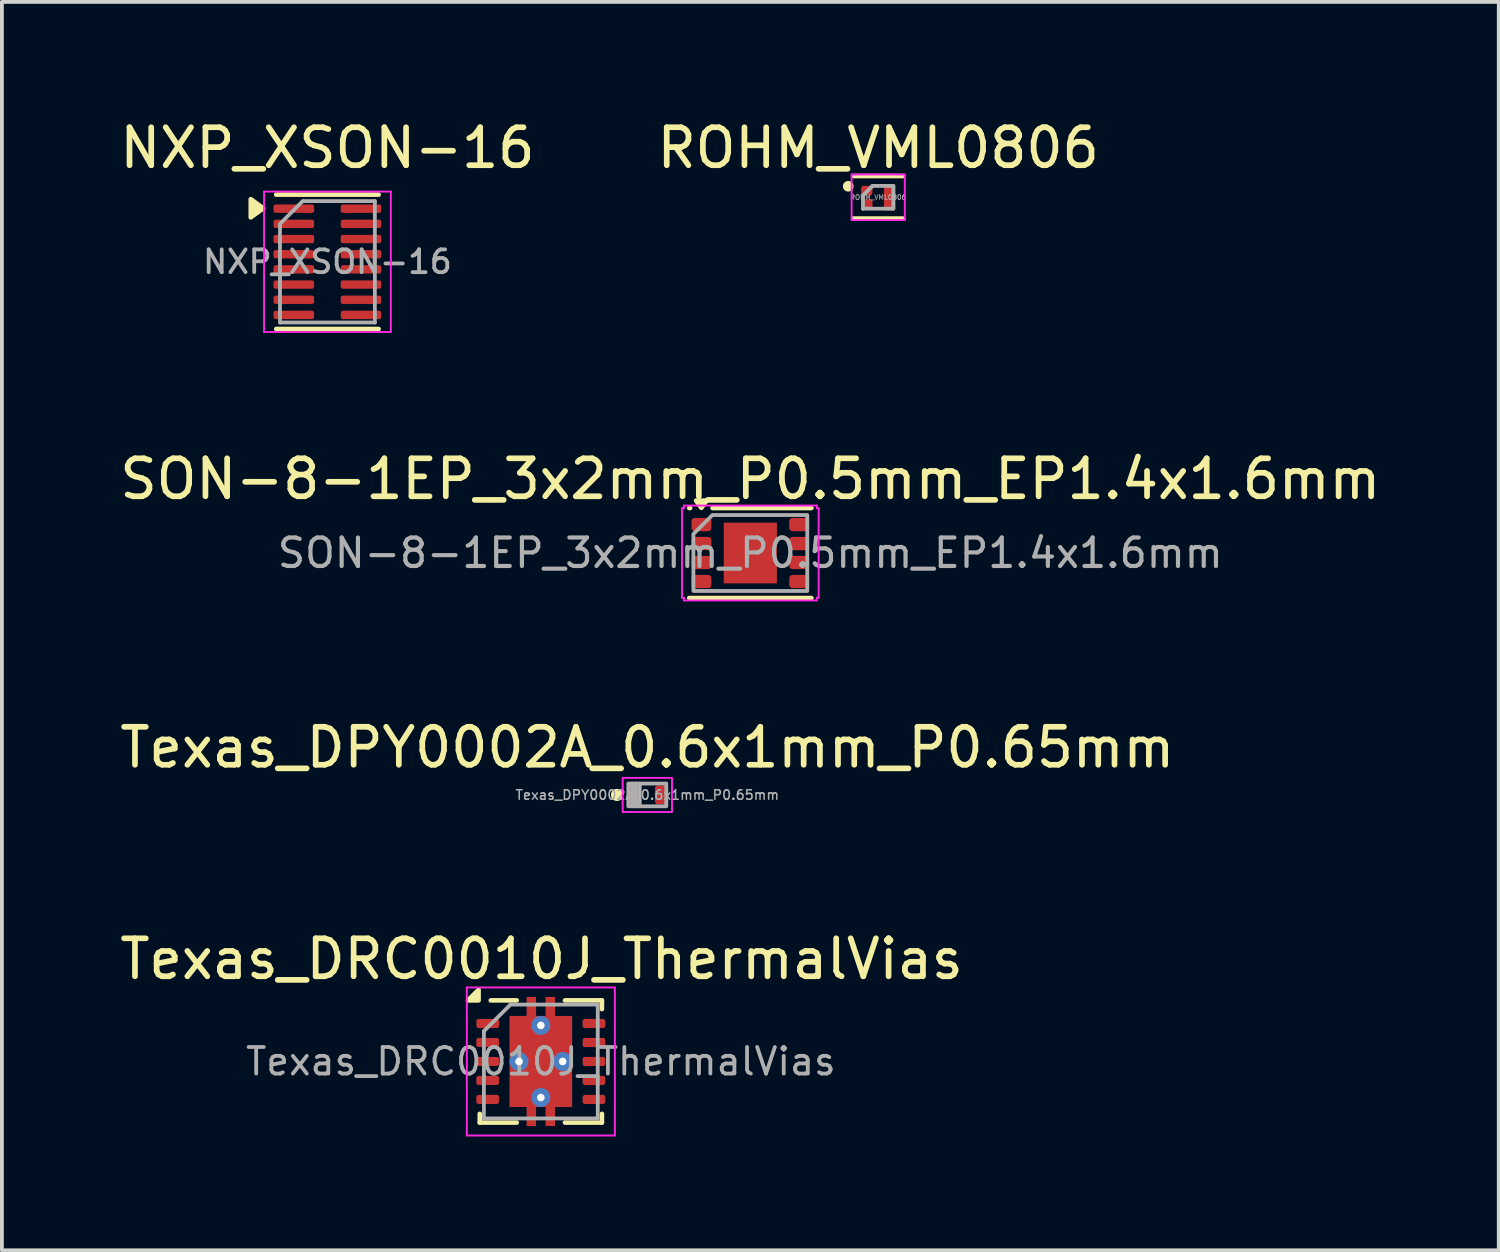
<source format=kicad_pcb>
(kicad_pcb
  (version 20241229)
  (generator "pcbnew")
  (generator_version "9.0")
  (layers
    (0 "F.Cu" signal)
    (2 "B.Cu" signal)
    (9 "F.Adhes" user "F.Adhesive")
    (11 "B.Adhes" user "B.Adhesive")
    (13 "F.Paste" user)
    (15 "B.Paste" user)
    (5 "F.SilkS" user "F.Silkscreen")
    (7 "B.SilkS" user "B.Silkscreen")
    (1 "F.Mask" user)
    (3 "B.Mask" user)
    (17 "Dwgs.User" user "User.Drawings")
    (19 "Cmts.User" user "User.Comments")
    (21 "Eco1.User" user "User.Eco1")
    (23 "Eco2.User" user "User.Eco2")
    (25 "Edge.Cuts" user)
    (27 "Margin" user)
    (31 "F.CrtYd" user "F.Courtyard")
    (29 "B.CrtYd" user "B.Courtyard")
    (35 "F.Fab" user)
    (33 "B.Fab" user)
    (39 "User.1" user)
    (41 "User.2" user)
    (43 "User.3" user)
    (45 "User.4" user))
  (footprint "Texas_DPY0002A_0.6x1mm_P0.65mm"
    (layer "F.Cu")
    (at 14.006 17.895)
    (property "Reference" "Texas_DPY0002A_0.6x1mm_P0.65mm" (at 0 -1.25 0) (unlocked yes) (layer "F.SilkS") (effects (font (size 1 1) (thickness 0.15))))
    (attr smd)
    (fp_circle (center -0.8 0) (end -0.69 0) (stroke (width 0.1) (type solid)) (fill yes) (layer "F.SilkS"))
    (fp_rect (start -0.65 -0.45) (end 0.65 0.45) (stroke (width 0.05) (type solid)) (fill no) (layer "F.CrtYd"))
    (fp_line (start -0.4 0.3) (end -0.4 -0.3) (stroke (width 0.1) (type solid)) (layer "F.Fab"))
    (fp_line (start -0.3 0.3) (end -0.3 -0.3) (stroke (width 0.1) (type solid)) (layer "F.Fab"))
    (fp_line (start -0.2 0.3) (end -0.2 -0.3) (stroke (width 0.1) (type solid)) (layer "F.Fab"))
    (fp_rect (start -0.5 -0.3) (end 0.5 0.3) (stroke (width 0.1) (type solid)) (fill no) (layer "F.Fab"))
    (fp_text user "${REFERENCE}" (at 0 0 0) (layer "F.Fab") (effects (font (size 0.25 0.25) (thickness 0.04))))
    (pad "1" smd roundrect (at -0.35 0) (size 0.3 0.5) (layers "F.Cu" "F.Mask" "F.Paste") (roundrect_rratio 0.25))
    (pad "2" smd roundrect (at 0.35 0) (size 0.3 0.5) (layers "F.Cu" "F.Mask" "F.Paste") (roundrect_rratio 0.25)))
  (footprint "Texas_DRC0010J_ThermalVias"
    (layer "F.Cu")
    (at 11.2 24.918)
    (property "Reference" "Texas_DRC0010J_ThermalVias" (at 0.02 -2.7 0) (layer "F.SilkS") (effects (font (size 1 1) (thickness 0.15))))
    (attr smd)
    (fp_line (start -1.61 1.38) (end -1.61 1.61) (stroke (width 0.12) (type solid)) (layer "F.SilkS"))
    (fp_line (start -1.61 1.61) (end -0.635 1.61) (stroke (width 0.12) (type solid)) (layer "F.SilkS"))
    (fp_line (start -1.32 -1.61) (end -0.635 -1.61) (stroke (width 0.12) (type solid)) (layer "F.SilkS"))
    (fp_line (start 0.635 -1.61) (end 1.61 -1.61) (stroke (width 0.12) (type solid)) (layer "F.SilkS"))
    (fp_line (start 0.635 1.61) (end 1.61 1.61) (stroke (width 0.12) (type solid)) (layer "F.SilkS"))
    (fp_line (start 1.61 -1.61) (end 1.61 -1.38) (stroke (width 0.12) (type solid)) (layer "F.SilkS"))
    (fp_line (start 1.61 1.38) (end 1.61 1.61) (stroke (width 0.12) (type solid)) (layer "F.SilkS"))
    (fp_poly (pts (xy -1.64 -1.61) (xy -1.92 -1.61) (xy -1.64 -1.89) (xy -1.64 -1.61)) (stroke (width 0.12) (type solid)) (fill yes) (layer "F.SilkS"))
    (fp_line (start -1.95 -1.95) (end -1.95 1.95) (stroke (width 0.05) (type solid)) (layer "F.CrtYd"))
    (fp_line (start -1.95 -1.95) (end 1.95 -1.95) (stroke (width 0.05) (type solid)) (layer "F.CrtYd"))
    (fp_line (start -1.95 1.95) (end 1.95 1.95) (stroke (width 0.05) (type solid)) (layer "F.CrtYd"))
    (fp_line (start 1.95 -1.95) (end 1.95 1.95) (stroke (width 0.05) (type solid)) (layer "F.CrtYd"))
    (fp_line (start -1.5 -0.8) (end -1.5 1.5) (stroke (width 0.1) (type solid)) (layer "F.Fab"))
    (fp_line (start -1.5 -0.8) (end -0.8 -1.5) (stroke (width 0.1) (type solid)) (layer "F.Fab"))
    (fp_line (start -1.5 1.5) (end 1.5 1.5) (stroke (width 0.1) (type solid)) (layer "F.Fab"))
    (fp_line (start -0.8 -1.5) (end 1.5 -1.5) (stroke (width 0.1) (type solid)) (layer "F.Fab"))
    (fp_line (start 1.5 -1.5) (end 1.5 1.5) (stroke (width 0.1) (type solid)) (layer "F.Fab"))
    (fp_text user "${REFERENCE}" (at 0 0 0) (layer "F.Fab") (effects (font (size 0.7 0.7) (thickness 0.1))))
    (pad "" smd roundrect (at -0.25 -1.53) (size 0.25 0.34) (layers "F.Paste") (roundrect_rratio 0.1))
    (pad "" smd roundrect (at -0.25 1.53) (size 0.25 0.34) (layers "F.Paste") (roundrect_rratio 0.1))
    (pad "" smd roundrect (at 0 -0.63) (size 1.5 1.06) (layers "F.Paste") (roundrect_rratio 0.1))
    (pad "" smd roundrect (at 0 0.63) (size 1.5 1.06) (layers "F.Paste") (roundrect_rratio 0.1))
    (pad "" smd roundrect (at 0.25 -1.53) (size 0.25 0.34) (layers "F.Paste") (roundrect_rratio 0.1))
    (pad "" smd roundrect (at 0.25 1.53) (size 0.25 0.34) (layers "F.Paste") (roundrect_rratio 0.1))
    (pad "1" smd roundrect (at -1.4 -1) (size 0.6 0.24) (layers "F.Cu" "F.Mask" "F.Paste") (roundrect_rratio 0.25))
    (pad "2" smd roundrect (at -1.4 -0.5) (size 0.6 0.24) (layers "F.Cu" "F.Mask" "F.Paste") (roundrect_rratio 0.25))
    (pad "3" smd roundrect (at -1.4 0) (size 0.6 0.24) (layers "F.Cu" "F.Mask" "F.Paste") (roundrect_rratio 0.25))
    (pad "4" smd roundrect (at -1.4 0.5) (size 0.6 0.24) (layers "F.Cu" "F.Mask" "F.Paste") (roundrect_rratio 0.25))
    (pad "5" smd roundrect (at -1.4 1) (size 0.6 0.24) (layers "F.Cu" "F.Mask" "F.Paste") (roundrect_rratio 0.25))
    (pad "6" smd roundrect (at 1.4 1) (size 0.6 0.24) (layers "F.Cu" "F.Mask" "F.Paste") (roundrect_rratio 0.25))
    (pad "7" smd roundrect (at 1.4 0.5) (size 0.6 0.24) (layers "F.Cu" "F.Mask" "F.Paste") (roundrect_rratio 0.25))
    (pad "8" smd roundrect (at 1.4 0) (size 0.6 0.24) (layers "F.Cu" "F.Mask" "F.Paste") (roundrect_rratio 0.25))
    (pad "9" smd roundrect (at 1.4 -0.5) (size 0.6 0.24) (layers "F.Cu" "F.Mask" "F.Paste") (roundrect_rratio 0.25))
    (pad "10" smd roundrect (at 1.4 -1) (size 0.6 0.24) (layers "F.Cu" "F.Mask" "F.Paste") (roundrect_rratio 0.25))
    (pad "11" thru_hole circle (at -0.575 0) (size 0.5 0.5) (drill 0.2) (layers "*.Cu"))
    (pad "11" thru_hole circle (at 0 -0.95) (size 0.5 0.5) (drill 0.2) (layers "*.Cu"))
    (pad "11" smd custom (at 0 0) (size 1.65 2.4) (layers "F.Cu" "F.Mask") (options (anchor rect)) (primitives (gr_poly (pts (xy -0.125 -1.1) (xy 0.125 -1.1) (xy 0.125 -1.7) (xy 0.375 -1.7) (xy 0.375 1.7) (xy 0.125 1.7) (xy 0.125 1.1) (xy -0.125 1.1) (xy -0.125 1.7) (xy -0.375 1.7) (xy -0.375 -1.7) (xy -0.125 -1.7)) (width 0) (fill yes))))
    (pad "11" thru_hole circle (at 0 0.95) (size 0.5 0.5) (drill 0.2) (layers "*.Cu"))
    (pad "11" thru_hole circle (at 0.575 0) (size 0.5 0.5) (drill 0.2) (layers "*.Cu")))
  (footprint "SON-8-1EP_3x2mm_P0.5mm_EP1.4x1.6mm"
    (layer "F.Cu")
    (at 16.72 11.521)
    (property "Reference" "SON-8-1EP_3x2mm_P0.5mm_EP1.4x1.6mm" (at 0 -1.95 0) (layer "F.SilkS") (effects (font (size 1 1) (thickness 0.15))))
    (attr smd)
    (fp_line (start -1.61 -1.185) (end -1.584 -1.185) (stroke (width 0.12) (type solid)) (layer "F.SilkS"))
    (fp_line (start -0.996 -1.185) (end 1.61 -1.185) (stroke (width 0.12) (type solid)) (layer "F.SilkS"))
    (fp_line (start 1.61 1.185) (end -1.61 1.185) (stroke (width 0.12) (type solid)) (layer "F.SilkS"))
    (fp_poly (pts (xy -1.29 -1.19) (xy -1.43 -1.38) (xy -1.15 -1.38)) (stroke (width 0.12) (type solid)) (fill yes) (layer "F.SilkS"))
    (fp_line (start -1.8 -1.18) (end -1.75 -1.18) (stroke (width 0.05) (type solid)) (layer "F.CrtYd"))
    (fp_line (start -1.8 1.18) (end -1.8 -1.18) (stroke (width 0.05) (type solid)) (layer "F.CrtYd"))
    (fp_line (start -1.75 -1.25) (end 1.75 -1.25) (stroke (width 0.05) (type solid)) (layer "F.CrtYd"))
    (fp_line (start -1.75 -1.18) (end -1.75 -1.25) (stroke (width 0.05) (type solid)) (layer "F.CrtYd"))
    (fp_line (start -1.75 1.18) (end -1.8 1.18) (stroke (width 0.05) (type solid)) (layer "F.CrtYd"))
    (fp_line (start -1.75 1.25) (end -1.75 1.18) (stroke (width 0.05) (type solid)) (layer "F.CrtYd"))
    (fp_line (start 1.75 -1.25) (end 1.75 -1.18) (stroke (width 0.05) (type solid)) (layer "F.CrtYd"))
    (fp_line (start 1.75 -1.18) (end 1.8 -1.18) (stroke (width 0.05) (type solid)) (layer "F.CrtYd"))
    (fp_line (start 1.75 1.18) (end 1.75 1.25) (stroke (width 0.05) (type solid)) (layer "F.CrtYd"))
    (fp_line (start 1.75 1.25) (end -1.75 1.25) (stroke (width 0.05) (type solid)) (layer "F.CrtYd"))
    (fp_line (start 1.8 -1.18) (end 1.8 1.18) (stroke (width 0.05) (type solid)) (layer "F.CrtYd"))
    (fp_line (start 1.8 1.18) (end 1.75 1.18) (stroke (width 0.05) (type solid)) (layer "F.CrtYd"))
    (fp_poly (pts (xy -1.5 -0.5) (xy -1.5 1) (xy 1.5 1) (xy 1.5 -1) (xy -1 -1)) (stroke (width 0.1) (type solid)) (fill no) (layer "F.Fab"))
    (fp_text user "${REFERENCE}" (at 0 0 0) (layer "F.Fab") (effects (font (size 0.75 0.75) (thickness 0.11))))
    (pad "" smd roundrect (at -0.35 -0.4) (size 0.56 0.64) (layers "F.Paste") (roundrect_rratio 0.25))
    (pad "" smd roundrect (at -0.35 0.4) (size 0.56 0.64) (layers "F.Paste") (roundrect_rratio 0.25))
    (pad "" smd roundrect (at 0.35 -0.4) (size 0.56 0.64) (layers "F.Paste") (roundrect_rratio 0.25))
    (pad "" smd roundrect (at 0.35 0.4) (size 0.56 0.64) (layers "F.Paste") (roundrect_rratio 0.25))
    (pad "1" smd roundrect (at -1.288 -0.75) (size 0.525 0.35) (layers "F.Cu" "F.Mask" "F.Paste") (roundrect_rratio 0.25))
    (pad "2" smd roundrect (at -1.288 -0.25) (size 0.525 0.35) (layers "F.Cu" "F.Mask" "F.Paste") (roundrect_rratio 0.25))
    (pad "3" smd roundrect (at -1.288 0.25) (size 0.525 0.35) (layers "F.Cu" "F.Mask" "F.Paste") (roundrect_rratio 0.25))
    (pad "4" smd roundrect (at -1.288 0.75) (size 0.525 0.35) (layers "F.Cu" "F.Mask" "F.Paste") (roundrect_rratio 0.25))
    (pad "5" smd roundrect (at 1.288 0.75) (size 0.525 0.35) (layers "F.Cu" "F.Mask" "F.Paste") (roundrect_rratio 0.25))
    (pad "6" smd roundrect (at 1.288 0.25) (size 0.525 0.35) (layers "F.Cu" "F.Mask" "F.Paste") (roundrect_rratio 0.25))
    (pad "7" smd roundrect (at 1.288 -0.25) (size 0.525 0.35) (layers "F.Cu" "F.Mask" "F.Paste") (roundrect_rratio 0.25))
    (pad "8" smd roundrect (at 1.288 -0.75) (size 0.525 0.35) (layers "F.Cu" "F.Mask" "F.Paste") (roundrect_rratio 0.25))
    (pad "9" smd rect (at 0 0) (size 1.4 1.6) (property pad_prop_heatsink) (layers "F.Cu" "F.Mask")))
  (footprint "NXP_XSON-16"
    (layer "F.Cu")
    (at 5.577 3.848)
    (property "Reference" "NXP_XSON-16" (at 0 -3 0) (layer "F.SilkS") (effects (font (size 1 1) (thickness 0.15))))
    (attr smd)
    (fp_line (start -1.35 -1.77) (end 1.35 -1.77) (stroke (width 0.12) (type solid)) (layer "F.SilkS"))
    (fp_line (start 1.35 1.77) (end -1.35 1.77) (stroke (width 0.12) (type solid)) (layer "F.SilkS"))
    (fp_poly (pts (xy -1.69 -1.41) (xy -2.02 -1.17) (xy -2.02 -1.65) (xy -1.69 -1.41)) (stroke (width 0.12) (type solid)) (fill yes) (layer "F.SilkS"))
    (fp_line (start -1.67 -1.85) (end -1.67 1.85) (stroke (width 0.05) (type solid)) (layer "F.CrtYd"))
    (fp_line (start -1.67 -1.85) (end 1.67 -1.85) (stroke (width 0.05) (type solid)) (layer "F.CrtYd"))
    (fp_line (start 1.67 1.85) (end -1.67 1.85) (stroke (width 0.05) (type solid)) (layer "F.CrtYd"))
    (fp_line (start 1.67 1.85) (end 1.67 -1.85) (stroke (width 0.05) (type solid)) (layer "F.CrtYd"))
    (fp_line (start -1.25 -0.975) (end -1.25 1.6) (stroke (width 0.1) (type solid)) (layer "F.Fab"))
    (fp_line (start -1.25 1.6) (end 1.25 1.6) (stroke (width 0.1) (type solid)) (layer "F.Fab"))
    (fp_line (start -0.65 -1.6) (end -1.25 -1) (stroke (width 0.1) (type solid)) (layer "F.Fab"))
    (fp_line (start -0.625 -1.6) (end 1.25 -1.6) (stroke (width 0.1) (type solid)) (layer "F.Fab"))
    (fp_line (start 1.25 -1.6) (end 1.25 1.6) (stroke (width 0.1) (type solid)) (layer "F.Fab"))
    (fp_text user "${REFERENCE}" (at 0 0 0) (layer "F.Fab") (effects (font (size 0.6 0.6) (thickness 0.1))))
    (pad "1" smd roundrect (at -0.885 -1.4) (size 1.07 0.22) (layers "F.Cu" "F.Mask" "F.Paste") (roundrect_rratio 0.25))
    (pad "2" smd roundrect (at -0.885 -1) (size 1.07 0.22) (layers "F.Cu" "F.Mask" "F.Paste") (roundrect_rratio 0.25))
    (pad "3" smd roundrect (at -0.885 -0.6) (size 1.07 0.22) (layers "F.Cu" "F.Mask" "F.Paste") (roundrect_rratio 0.25))
    (pad "4" smd roundrect (at -0.885 -0.2) (size 1.07 0.22) (layers "F.Cu" "F.Mask" "F.Paste") (roundrect_rratio 0.25))
    (pad "5" smd roundrect (at -0.885 0.2) (size 1.07 0.22) (layers "F.Cu" "F.Mask" "F.Paste") (roundrect_rratio 0.25))
    (pad "6" smd roundrect (at -0.885 0.6) (size 1.07 0.22) (layers "F.Cu" "F.Mask" "F.Paste") (roundrect_rratio 0.25))
    (pad "7" smd roundrect (at -0.885 1) (size 1.07 0.22) (layers "F.Cu" "F.Mask" "F.Paste") (roundrect_rratio 0.25))
    (pad "8" smd roundrect (at -0.885 1.4) (size 1.07 0.22) (layers "F.Cu" "F.Mask" "F.Paste") (roundrect_rratio 0.25))
    (pad "9" smd roundrect (at 0.885 1.4) (size 1.07 0.22) (layers "F.Cu" "F.Mask" "F.Paste") (roundrect_rratio 0.25))
    (pad "10" smd roundrect (at 0.885 1) (size 1.07 0.22) (layers "F.Cu" "F.Mask" "F.Paste") (roundrect_rratio 0.25))
    (pad "11" smd roundrect (at 0.885 0.6) (size 1.07 0.22) (layers "F.Cu" "F.Mask" "F.Paste") (roundrect_rratio 0.25))
    (pad "12" smd roundrect (at 0.885 0.2) (size 1.07 0.22) (layers "F.Cu" "F.Mask" "F.Paste") (roundrect_rratio 0.25))
    (pad "13" smd roundrect (at 0.885 -0.2) (size 1.07 0.22) (layers "F.Cu" "F.Mask" "F.Paste") (roundrect_rratio 0.25))
    (pad "14" smd roundrect (at 0.885 -0.6) (size 1.07 0.22) (layers "F.Cu" "F.Mask" "F.Paste") (roundrect_rratio 0.25))
    (pad "15" smd roundrect (at 0.885 -1) (size 1.07 0.22) (layers "F.Cu" "F.Mask" "F.Paste") (roundrect_rratio 0.25))
    (pad "16" smd roundrect (at 0.885 -1.4) (size 1.07 0.22) (layers "F.Cu" "F.Mask" "F.Paste") (roundrect_rratio 0.25)))
  (footprint "ROHM_VML0806"
    (layer "F.Cu")
    (at 20.089 2.148)
    (property "Reference" "ROHM_VML0806" (at 0 -1.3 0) (layer "F.SilkS") (effects (font (size 1 1) (thickness 0.15))))
    (attr smd)
    (fp_line (start 0.66 -0.56) (end -0.66 -0.56) (stroke (width 0.12) (type solid)) (layer "F.SilkS"))
    (fp_line (start 0.66 0.56) (end -0.66 0.56) (stroke (width 0.12) (type solid)) (layer "F.SilkS"))
    (fp_circle (center -0.79 -0.29) (end -0.65 -0.3) (stroke (width 0) (type solid)) (fill yes) (layer "F.SilkS"))
    (fp_line (start -0.7 -0.6) (end 0.7 -0.6) (stroke (width 0.05) (type solid)) (layer "F.CrtYd"))
    (fp_line (start -0.7 0.6) (end -0.7 -0.6) (stroke (width 0.05) (type solid)) (layer "F.CrtYd"))
    (fp_line (start 0.7 -0.6) (end 0.7 0.6) (stroke (width 0.05) (type solid)) (layer "F.CrtYd"))
    (fp_line (start 0.7 0.6) (end -0.7 0.6) (stroke (width 0.05) (type solid)) (layer "F.CrtYd"))
    (fp_line (start -0.4 0.3) (end -0.4 -0.05) (stroke (width 0.1) (type solid)) (layer "F.Fab"))
    (fp_line (start -0.15 -0.3) (end -0.4 -0.05) (stroke (width 0.1) (type solid)) (layer "F.Fab"))
    (fp_line (start -0.15 -0.3) (end 0.4 -0.3) (stroke (width 0.1) (type solid)) (layer "F.Fab"))
    (fp_line (start 0.4 -0.3) (end 0.4 0.3) (stroke (width 0.1) (type solid)) (layer "F.Fab"))
    (fp_line (start 0.4 0.3) (end -0.4 0.3) (stroke (width 0.1) (type solid)) (layer "F.Fab"))
    (fp_text user "${REFERENCE}" (at 0 0 0) (layer "F.Fab") (effects (font (size 0.127 0.127) (thickness 0.02))))
    (pad "1" smd roundrect (at -0.3 -0.175) (size 0.3 0.25) (layers "F.Cu" "F.Mask" "F.Paste") (roundrect_rratio 0.25))
    (pad "2" smd roundrect (at -0.3 0.175) (size 0.3 0.25) (layers "F.Cu" "F.Mask" "F.Paste") (roundrect_rratio 0.25))
    (pad "3" smd roundrect (at 0.3 0) (size 0.3 0.7) (layers "F.Cu" "F.Mask" "F.Paste") (roundrect_rratio 0.25)))
  (gr_rect
    (start -3 -3)
    (end 36.44 29.893)
    (stroke (width 0.1) (type default))
    (fill no)
    (layer "Edge.Cuts")))
</source>
